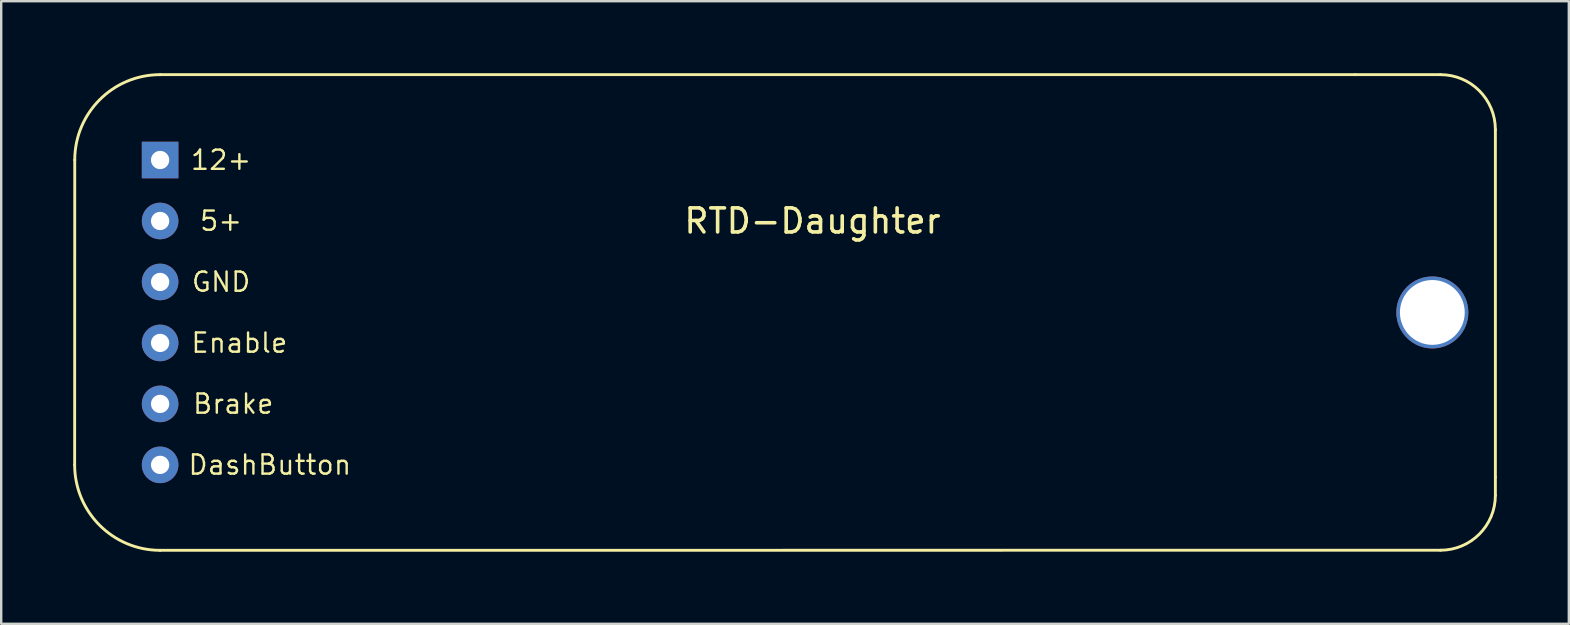
<source format=kicad_pcb>
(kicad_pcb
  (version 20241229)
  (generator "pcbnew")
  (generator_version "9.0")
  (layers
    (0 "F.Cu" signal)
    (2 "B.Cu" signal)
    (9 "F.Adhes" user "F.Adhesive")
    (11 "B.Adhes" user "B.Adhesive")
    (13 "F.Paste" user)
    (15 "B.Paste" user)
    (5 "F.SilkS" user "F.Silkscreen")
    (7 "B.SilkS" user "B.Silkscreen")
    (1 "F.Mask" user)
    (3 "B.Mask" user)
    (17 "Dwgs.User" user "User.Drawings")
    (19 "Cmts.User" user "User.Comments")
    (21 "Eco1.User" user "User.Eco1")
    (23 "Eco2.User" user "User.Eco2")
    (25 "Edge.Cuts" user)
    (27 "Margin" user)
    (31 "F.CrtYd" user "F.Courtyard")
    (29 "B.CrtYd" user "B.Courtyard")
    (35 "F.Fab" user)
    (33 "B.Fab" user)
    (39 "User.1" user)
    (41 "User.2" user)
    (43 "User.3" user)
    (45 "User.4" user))
  (footprint "RTD-Daughter"
    (layer "F.Cu")
    (at 3.62 9.966)
    (property "Reference" "RTD-Daughter" (at 27.178 -3.81 0) (layer "F.SilkS") (effects (font (size 1 1) (thickness 0.15))))
    (attr through_hole)
    (fp_line (start -3.556 -6.35) (end -3.56 6.35) (stroke (width 0.12) (type solid)) (layer "F.SilkS"))
    (fp_line (start 0 -9.906) (end 49.784 -9.906) (stroke (width 0.12) (type solid)) (layer "F.SilkS"))
    (fp_line (start 49.784 -9.906) (end 53.34 -9.906) (stroke (width 0.12) (type solid)) (layer "F.SilkS"))
    (fp_line (start 53.34 9.906) (end 0 9.91) (stroke (width 0.12) (type solid)) (layer "F.SilkS"))
    (fp_line (start 55.626 -7.62) (end 55.626 6.858) (stroke (width 0.12) (type solid)) (layer "F.SilkS"))
    (fp_line (start 55.626 6.858) (end 55.626 7.62) (stroke (width 0.12) (type solid)) (layer "F.SilkS"))
    (fp_arc (start -3.556 -6.35) (mid -2.514472 -8.864472) (end 0 -9.906) (stroke (width 0.12) (type solid)) (layer "F.SilkS"))
    (fp_arc (start 0 9.91) (mid -2.5173 8.8673) (end -3.56 6.35) (stroke (width 0.12) (type solid)) (layer "F.SilkS"))
    (fp_arc (start 53.34 -9.906) (mid 54.956446 -9.236446) (end 55.626 -7.62) (stroke (width 0.12) (type solid)) (layer "F.SilkS"))
    (fp_arc (start 55.626 7.62) (mid 54.956446 9.236446) (end 53.34 9.906) (stroke (width 0.12) (type solid)) (layer "F.SilkS"))
    (fp_text user "5+" (at 2.54 -3.81 0) (layer "F.SilkS") (effects (font (size 0.8 0.8) (thickness 0.1))))
    (fp_text user "DashButton" (at 4.572 6.35 0) (layer "F.SilkS") (effects (font (size 0.8 0.8) (thickness 0.1))))
    (fp_text user "GND" (at 2.54 -1.27 0) (layer "F.SilkS") (effects (font (size 0.8 0.8) (thickness 0.1))))
    (fp_text user "Enable" (at 3.302 1.27 0) (layer "F.SilkS") (effects (font (size 0.8 0.8) (thickness 0.1))))
    (fp_text user "12+" (at 2.54 -6.35 0) (layer "F.SilkS") (effects (font (size 0.8 0.8) (thickness 0.1))))
    (fp_text user "Brake" (at 3.048 3.81 0) (layer "F.SilkS") (effects (font (size 0.8 0.8) (thickness 0.1))))
    (pad "" np_thru_hole circle (at 53 0) (size 3 3) (drill 2.7) (layers "*.Cu" "*.Mask"))
    (pad "1" thru_hole trapezoid (at 0 -6.35) (size 1.524 1.524) (drill 0.762) (layers "*.Cu" "*.Mask"))
    (pad "2" thru_hole circle (at 0 -3.81) (size 1.524 1.524) (drill 0.762) (layers "*.Cu" "*.Mask"))
    (pad "3" thru_hole circle (at 0 -1.27) (size 1.524 1.524) (drill 0.762) (layers "*.Cu" "*.Mask"))
    (pad "4" thru_hole circle (at 0 1.27) (size 1.524 1.524) (drill 0.762) (layers "*.Cu" "*.Mask"))
    (pad "5" thru_hole circle (at 0 3.81) (size 1.524 1.524) (drill 0.762) (layers "*.Cu" "*.Mask"))
    (pad "6" thru_hole circle (at 0 6.35) (size 1.524 1.524) (drill 0.762) (layers "*.Cu" "*.Mask")))
  (gr_rect
    (start -3 -3)
    (end 62.306 22.936)
    (stroke (width 0.1) (type default))
    (fill no)
    (layer "Edge.Cuts")))
</source>
